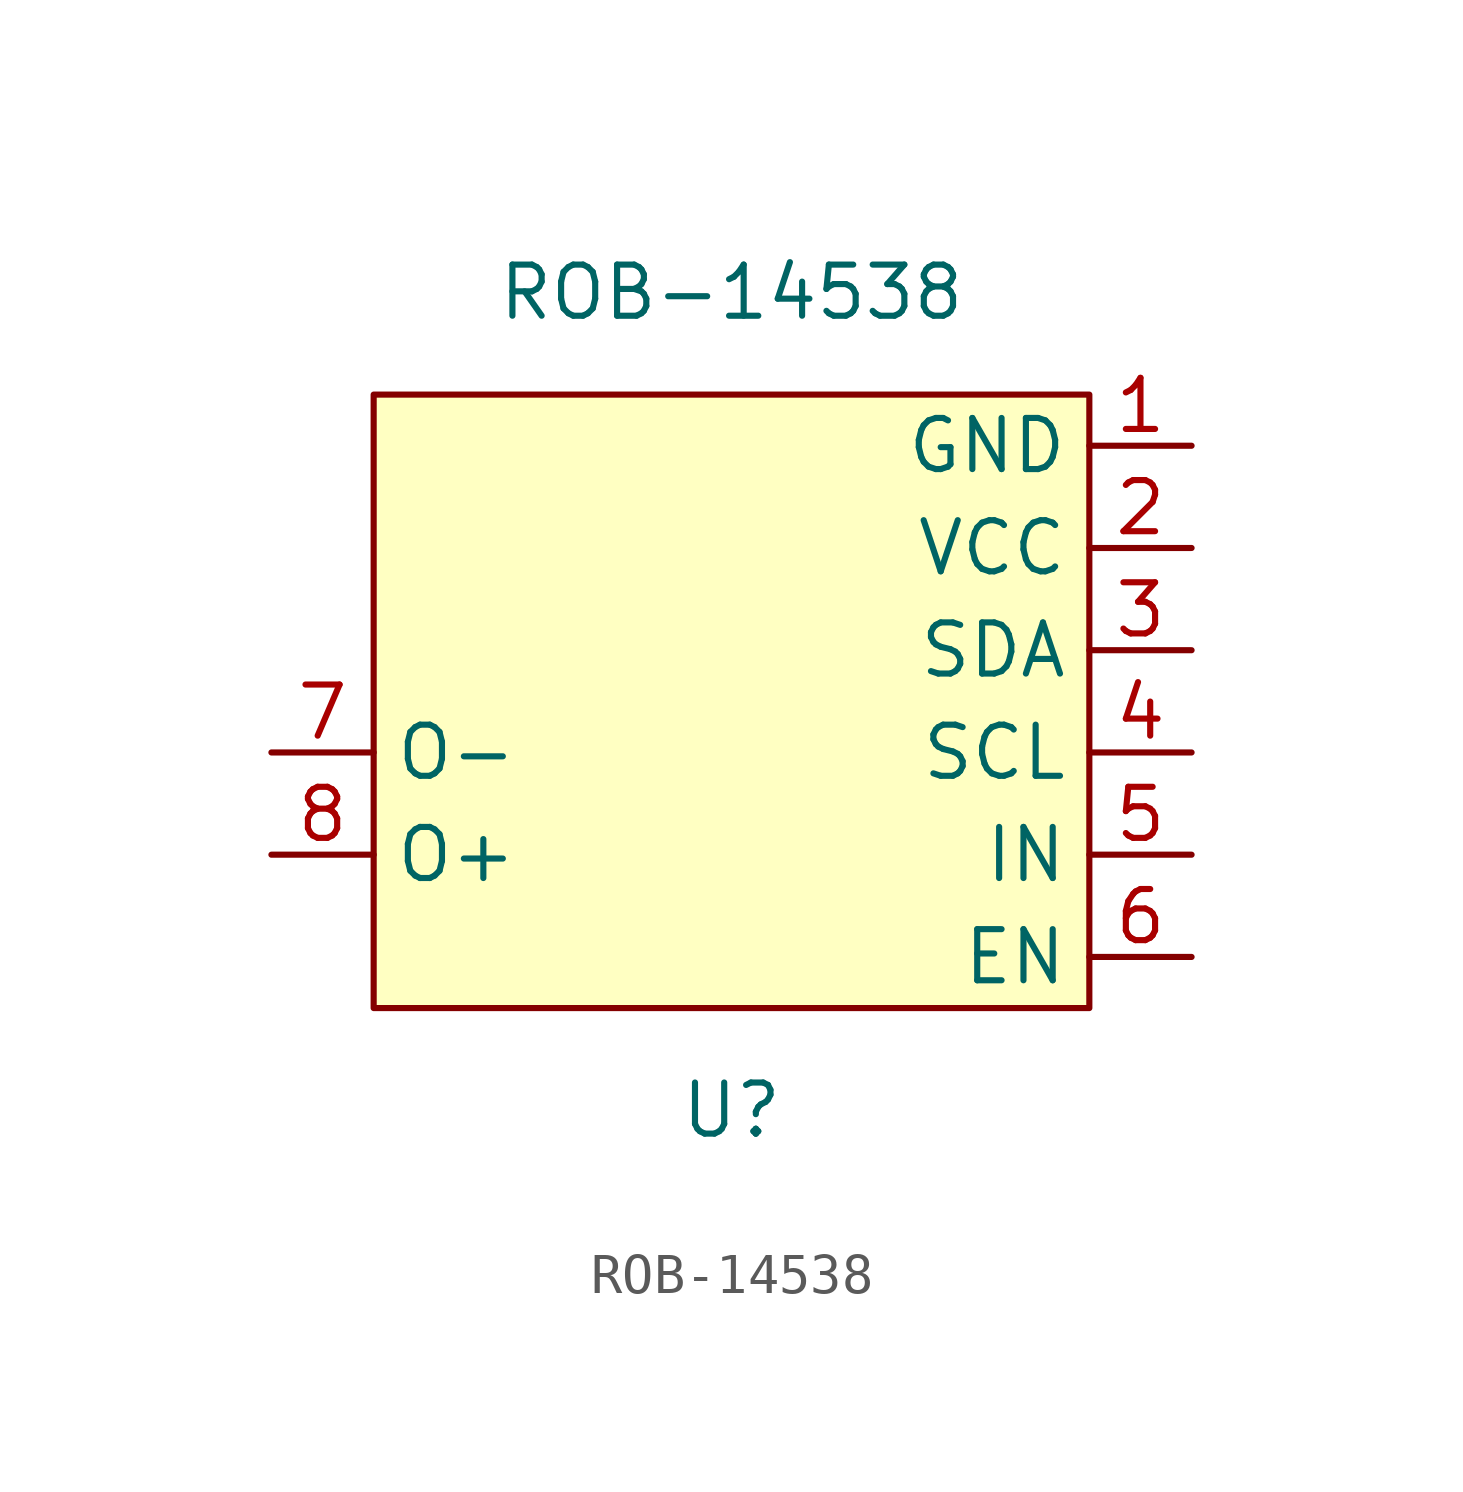
<source format=kicad_sym>
(kicad_symbol_lib
  (version 20211014)
  (generator kicad_symbol_editor)
  (symbol "ROB-14538"
    (property "Reference" "U"
      (at 0 -10.16 0)
      (effects (font (size 1.27 1.27))))
    (property "Value" "ROB-14538"
      (at 0 10.16 0)
      (effects (font (size 1.27 1.27))))
    (symbol "ROB-14538_0_1"
      (rectangle (start -8.89 7.62) (end 8.89 -7.62) (stroke (width 0) (type default) (color 0 0 0 0)) (fill (type background))))
    (symbol "ROB-14538_1_1"
      (pin input line (at 11.43 6.35 180) (length 2.54) (name "GND" (effects (font (size 1.27 1.27)))) (number "1" (effects (font (size 1.27 1.27)))))
      (pin input line (at 11.43 3.81 180) (length 2.54) (name "VCC" (effects (font (size 1.27 1.27)))) (number "2" (effects (font (size 1.27 1.27)))))
      (pin input line (at 11.43 1.27 180) (length 2.54) (name "SDA" (effects (font (size 1.27 1.27)))) (number "3" (effects (font (size 1.27 1.27)))))
      (pin input line (at 11.43 -1.27 180) (length 2.54) (name "SCL" (effects (font (size 1.27 1.27)))) (number "4" (effects (font (size 1.27 1.27)))))
      (pin input line (at 11.43 -3.81 180) (length 2.54) (name "IN" (effects (font (size 1.27 1.27)))) (number "5" (effects (font (size 1.27 1.27)))))
      (pin input line (at 11.43 -6.35 180) (length 2.54) (name "EN" (effects (font (size 1.27 1.27)))) (number "6" (effects (font (size 1.27 1.27)))))
      (pin output line (at -11.43 -1.27 0) (length 2.54) (name "O-" (effects (font (size 1.27 1.27)))) (number "7" (effects (font (size 1.27 1.27)))))
      (pin output line (at -11.43 -3.81 0) (length 2.54) (name "O+" (effects (font (size 1.27 1.27)))) (number "8" (effects (font (size 1.27 1.27))))))))
</source>
